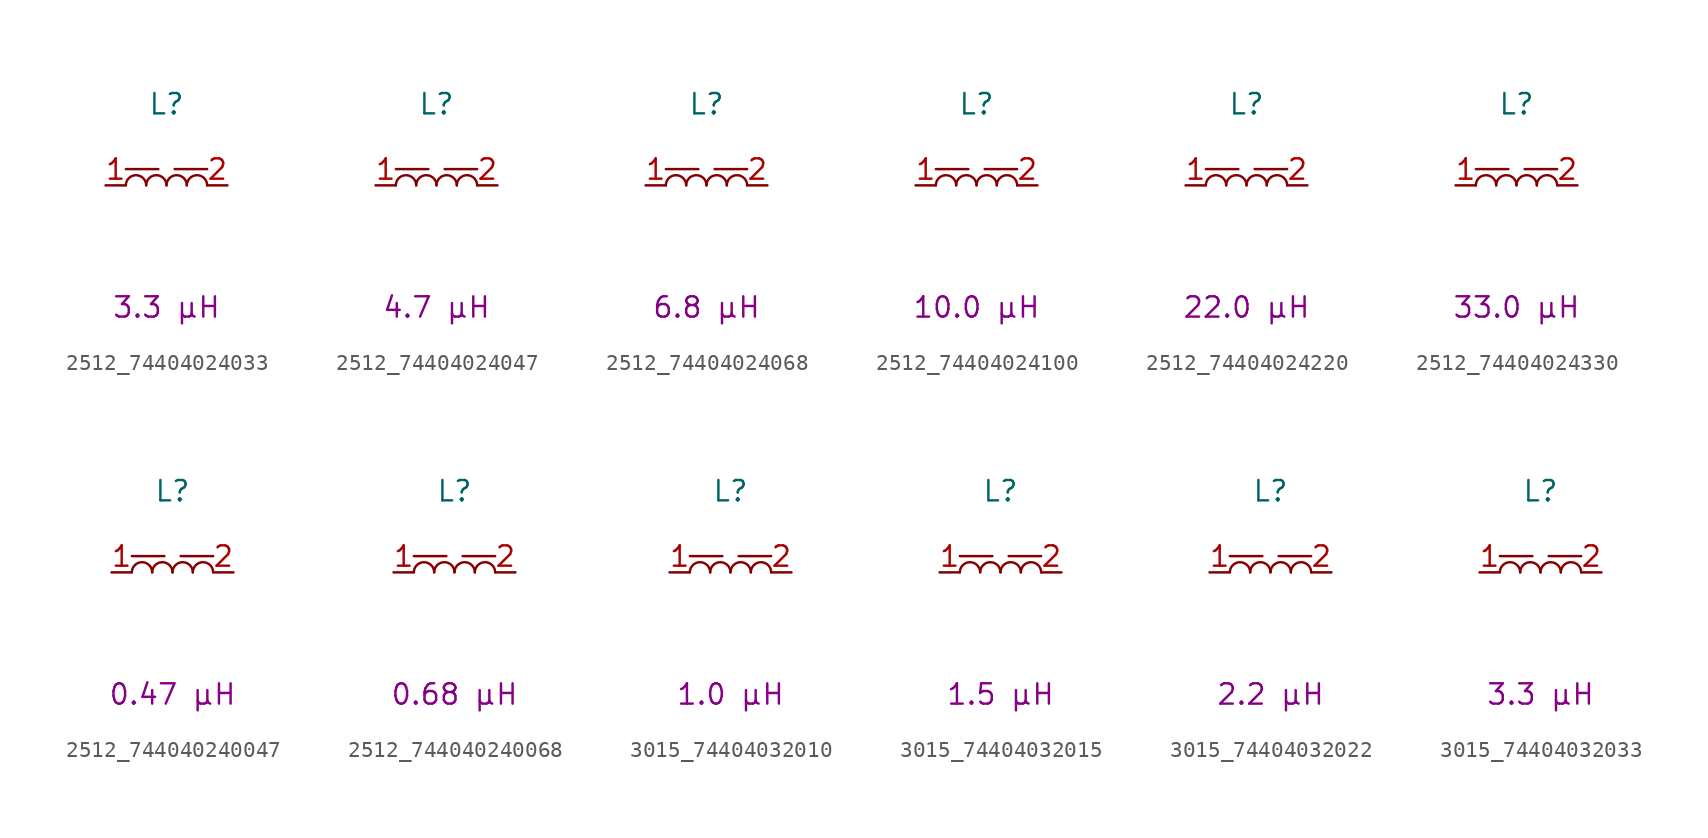
<source format=kicad_sym>
(kicad_symbol_lib
  (version 20220914)
  (generator kicad_symbol_editor)
  (symbol "2512_74404024033"
    (pin_names hide)
    (property "Reference" "L"
      (at 0 5.08 0)
      (effects (font (size 1.27 1.27))))
    (property "Critical Parameter" "3.3 µH"
      (at 0 -7.62 0)
      (effects (font (size 1.27 1.27))))
    (symbol "2512_74404024033_0_1"
      (arc (start -1.27 0) (mid -1.905 0.6323) (end -2.54 0) (stroke (width 0) (type default)) (fill (type none)))
      (arc (start 0 0) (mid -0.635 0.6323) (end -1.27 0) (stroke (width 0) (type default)) (fill (type none)))
      (polyline (pts (xy -2.54 1.016) (xy -0.508 1.016)) (stroke (width 0) (type default)) (fill (type none)))
      (arc (start 1.27 0) (mid 0.635 0.6323) (end 0 0) (stroke (width 0) (type default)) (fill (type none)))
      (arc (start 2.54 0) (mid 1.905 0.6323) (end 1.27 0) (stroke (width 0) (type default)) (fill (type none))))
    (symbol "2512_74404024033_1_1"
      (polyline (pts (xy 2.54 1.016) (xy 0.508 1.016)) (stroke (width 0) (type default)) (fill (type none)))
      (pin passive line (at -3.81 0 0) (length 1.27) (name "1" (effects (font (size 1.27 1.27)))) (number "1" (effects (font (size 1.27 1.27)))))
      (pin passive line (at 3.81 0 180) (length 1.27) (name "2" (effects (font (size 1.27 1.27)))) (number "2" (effects (font (size 1.27 1.27)))))))
  (symbol "2512_74404024047"
    (pin_names hide)
    (property "Reference" "L"
      (at 0 5.08 0)
      (effects (font (size 1.27 1.27))))
    (property "Critical Parameter" "4.7 µH"
      (at 0 -7.62 0)
      (effects (font (size 1.27 1.27))))
    (symbol "2512_74404024047_0_1"
      (arc (start -1.27 0) (mid -1.905 0.6323) (end -2.54 0) (stroke (width 0) (type default)) (fill (type none)))
      (arc (start 0 0) (mid -0.635 0.6323) (end -1.27 0) (stroke (width 0) (type default)) (fill (type none)))
      (polyline (pts (xy -2.54 1.016) (xy -0.508 1.016)) (stroke (width 0) (type default)) (fill (type none)))
      (arc (start 1.27 0) (mid 0.635 0.6323) (end 0 0) (stroke (width 0) (type default)) (fill (type none)))
      (arc (start 2.54 0) (mid 1.905 0.6323) (end 1.27 0) (stroke (width 0) (type default)) (fill (type none))))
    (symbol "2512_74404024047_1_1"
      (polyline (pts (xy 2.54 1.016) (xy 0.508 1.016)) (stroke (width 0) (type default)) (fill (type none)))
      (pin passive line (at -3.81 0 0) (length 1.27) (name "1" (effects (font (size 1.27 1.27)))) (number "1" (effects (font (size 1.27 1.27)))))
      (pin passive line (at 3.81 0 180) (length 1.27) (name "2" (effects (font (size 1.27 1.27)))) (number "2" (effects (font (size 1.27 1.27)))))))
  (symbol "2512_74404024068"
    (pin_names hide)
    (property "Reference" "L"
      (at 0 5.08 0)
      (effects (font (size 1.27 1.27))))
    (property "Critical Parameter" "6.8 µH"
      (at 0 -7.62 0)
      (effects (font (size 1.27 1.27))))
    (symbol "2512_74404024068_0_1"
      (arc (start -1.27 0) (mid -1.905 0.6323) (end -2.54 0) (stroke (width 0) (type default)) (fill (type none)))
      (arc (start 0 0) (mid -0.635 0.6323) (end -1.27 0) (stroke (width 0) (type default)) (fill (type none)))
      (polyline (pts (xy -2.54 1.016) (xy -0.508 1.016)) (stroke (width 0) (type default)) (fill (type none)))
      (arc (start 1.27 0) (mid 0.635 0.6323) (end 0 0) (stroke (width 0) (type default)) (fill (type none)))
      (arc (start 2.54 0) (mid 1.905 0.6323) (end 1.27 0) (stroke (width 0) (type default)) (fill (type none))))
    (symbol "2512_74404024068_1_1"
      (polyline (pts (xy 2.54 1.016) (xy 0.508 1.016)) (stroke (width 0) (type default)) (fill (type none)))
      (pin passive line (at -3.81 0 0) (length 1.27) (name "1" (effects (font (size 1.27 1.27)))) (number "1" (effects (font (size 1.27 1.27)))))
      (pin passive line (at 3.81 0 180) (length 1.27) (name "2" (effects (font (size 1.27 1.27)))) (number "2" (effects (font (size 1.27 1.27)))))))
  (symbol "2512_74404024100"
    (pin_names hide)
    (property "Reference" "L"
      (at 0 5.08 0)
      (effects (font (size 1.27 1.27))))
    (property "Critical Parameter" "10.0 µH"
      (at 0 -7.62 0)
      (effects (font (size 1.27 1.27))))
    (symbol "2512_74404024100_0_1"
      (arc (start -1.27 0) (mid -1.905 0.6323) (end -2.54 0) (stroke (width 0) (type default)) (fill (type none)))
      (arc (start 0 0) (mid -0.635 0.6323) (end -1.27 0) (stroke (width 0) (type default)) (fill (type none)))
      (polyline (pts (xy -2.54 1.016) (xy -0.508 1.016)) (stroke (width 0) (type default)) (fill (type none)))
      (arc (start 1.27 0) (mid 0.635 0.6323) (end 0 0) (stroke (width 0) (type default)) (fill (type none)))
      (arc (start 2.54 0) (mid 1.905 0.6323) (end 1.27 0) (stroke (width 0) (type default)) (fill (type none))))
    (symbol "2512_74404024100_1_1"
      (polyline (pts (xy 2.54 1.016) (xy 0.508 1.016)) (stroke (width 0) (type default)) (fill (type none)))
      (pin passive line (at -3.81 0 0) (length 1.27) (name "1" (effects (font (size 1.27 1.27)))) (number "1" (effects (font (size 1.27 1.27)))))
      (pin passive line (at 3.81 0 180) (length 1.27) (name "2" (effects (font (size 1.27 1.27)))) (number "2" (effects (font (size 1.27 1.27)))))))
  (symbol "2512_74404024220"
    (pin_names hide)
    (property "Reference" "L"
      (at 0 5.08 0)
      (effects (font (size 1.27 1.27))))
    (property "Critical Parameter" "22.0 µH"
      (at 0 -7.62 0)
      (effects (font (size 1.27 1.27))))
    (symbol "2512_74404024220_0_1"
      (arc (start -1.27 0) (mid -1.905 0.6323) (end -2.54 0) (stroke (width 0) (type default)) (fill (type none)))
      (arc (start 0 0) (mid -0.635 0.6323) (end -1.27 0) (stroke (width 0) (type default)) (fill (type none)))
      (polyline (pts (xy -2.54 1.016) (xy -0.508 1.016)) (stroke (width 0) (type default)) (fill (type none)))
      (arc (start 1.27 0) (mid 0.635 0.6323) (end 0 0) (stroke (width 0) (type default)) (fill (type none)))
      (arc (start 2.54 0) (mid 1.905 0.6323) (end 1.27 0) (stroke (width 0) (type default)) (fill (type none))))
    (symbol "2512_74404024220_1_1"
      (polyline (pts (xy 2.54 1.016) (xy 0.508 1.016)) (stroke (width 0) (type default)) (fill (type none)))
      (pin passive line (at -3.81 0 0) (length 1.27) (name "1" (effects (font (size 1.27 1.27)))) (number "1" (effects (font (size 1.27 1.27)))))
      (pin passive line (at 3.81 0 180) (length 1.27) (name "2" (effects (font (size 1.27 1.27)))) (number "2" (effects (font (size 1.27 1.27)))))))
  (symbol "2512_74404024330"
    (pin_names hide)
    (property "Reference" "L"
      (at 0 5.08 0)
      (effects (font (size 1.27 1.27))))
    (property "Critical Parameter" "33.0 µH"
      (at 0 -7.62 0)
      (effects (font (size 1.27 1.27))))
    (symbol "2512_74404024330_0_1"
      (arc (start -1.27 0) (mid -1.905 0.6323) (end -2.54 0) (stroke (width 0) (type default)) (fill (type none)))
      (arc (start 0 0) (mid -0.635 0.6323) (end -1.27 0) (stroke (width 0) (type default)) (fill (type none)))
      (polyline (pts (xy -2.54 1.016) (xy -0.508 1.016)) (stroke (width 0) (type default)) (fill (type none)))
      (arc (start 1.27 0) (mid 0.635 0.6323) (end 0 0) (stroke (width 0) (type default)) (fill (type none)))
      (arc (start 2.54 0) (mid 1.905 0.6323) (end 1.27 0) (stroke (width 0) (type default)) (fill (type none))))
    (symbol "2512_74404024330_1_1"
      (polyline (pts (xy 2.54 1.016) (xy 0.508 1.016)) (stroke (width 0) (type default)) (fill (type none)))
      (pin passive line (at -3.81 0 0) (length 1.27) (name "1" (effects (font (size 1.27 1.27)))) (number "1" (effects (font (size 1.27 1.27)))))
      (pin passive line (at 3.81 0 180) (length 1.27) (name "2" (effects (font (size 1.27 1.27)))) (number "2" (effects (font (size 1.27 1.27)))))))
  (symbol "2512_744040240047"
    (pin_names hide)
    (property "Reference" "L"
      (at 0 5.08 0)
      (effects (font (size 1.27 1.27))))
    (property "Critical Parameter" "0.47 µH"
      (at 0 -7.62 0)
      (effects (font (size 1.27 1.27))))
    (symbol "2512_744040240047_0_1"
      (arc (start -1.27 0) (mid -1.905 0.6323) (end -2.54 0) (stroke (width 0) (type default)) (fill (type none)))
      (arc (start 0 0) (mid -0.635 0.6323) (end -1.27 0) (stroke (width 0) (type default)) (fill (type none)))
      (polyline (pts (xy -2.54 1.016) (xy -0.508 1.016)) (stroke (width 0) (type default)) (fill (type none)))
      (arc (start 1.27 0) (mid 0.635 0.6323) (end 0 0) (stroke (width 0) (type default)) (fill (type none)))
      (arc (start 2.54 0) (mid 1.905 0.6323) (end 1.27 0) (stroke (width 0) (type default)) (fill (type none))))
    (symbol "2512_744040240047_1_1"
      (polyline (pts (xy 2.54 1.016) (xy 0.508 1.016)) (stroke (width 0) (type default)) (fill (type none)))
      (pin passive line (at -3.81 0 0) (length 1.27) (name "1" (effects (font (size 1.27 1.27)))) (number "1" (effects (font (size 1.27 1.27)))))
      (pin passive line (at 3.81 0 180) (length 1.27) (name "2" (effects (font (size 1.27 1.27)))) (number "2" (effects (font (size 1.27 1.27)))))))
  (symbol "2512_744040240068"
    (pin_names hide)
    (property "Reference" "L"
      (at 0 5.08 0)
      (effects (font (size 1.27 1.27))))
    (property "Critical Parameter" "0.68 µH"
      (at 0 -7.62 0)
      (effects (font (size 1.27 1.27))))
    (symbol "2512_744040240068_0_1"
      (arc (start -1.27 0) (mid -1.905 0.6323) (end -2.54 0) (stroke (width 0) (type default)) (fill (type none)))
      (arc (start 0 0) (mid -0.635 0.6323) (end -1.27 0) (stroke (width 0) (type default)) (fill (type none)))
      (polyline (pts (xy -2.54 1.016) (xy -0.508 1.016)) (stroke (width 0) (type default)) (fill (type none)))
      (arc (start 1.27 0) (mid 0.635 0.6323) (end 0 0) (stroke (width 0) (type default)) (fill (type none)))
      (arc (start 2.54 0) (mid 1.905 0.6323) (end 1.27 0) (stroke (width 0) (type default)) (fill (type none))))
    (symbol "2512_744040240068_1_1"
      (polyline (pts (xy 2.54 1.016) (xy 0.508 1.016)) (stroke (width 0) (type default)) (fill (type none)))
      (pin passive line (at -3.81 0 0) (length 1.27) (name "1" (effects (font (size 1.27 1.27)))) (number "1" (effects (font (size 1.27 1.27)))))
      (pin passive line (at 3.81 0 180) (length 1.27) (name "2" (effects (font (size 1.27 1.27)))) (number "2" (effects (font (size 1.27 1.27)))))))
  (symbol "3015_74404032010"
    (pin_names hide)
    (property "Reference" "L"
      (at 0 5.08 0)
      (effects (font (size 1.27 1.27))))
    (property "Critical Parameter" "1.0 µH"
      (at 0 -7.62 0)
      (effects (font (size 1.27 1.27))))
    (symbol "3015_74404032010_0_1"
      (arc (start -1.27 0) (mid -1.905 0.6323) (end -2.54 0) (stroke (width 0) (type default)) (fill (type none)))
      (arc (start 0 0) (mid -0.635 0.6323) (end -1.27 0) (stroke (width 0) (type default)) (fill (type none)))
      (polyline (pts (xy -2.54 1.016) (xy -0.508 1.016)) (stroke (width 0) (type default)) (fill (type none)))
      (arc (start 1.27 0) (mid 0.635 0.6323) (end 0 0) (stroke (width 0) (type default)) (fill (type none)))
      (arc (start 2.54 0) (mid 1.905 0.6323) (end 1.27 0) (stroke (width 0) (type default)) (fill (type none))))
    (symbol "3015_74404032010_1_1"
      (polyline (pts (xy 2.54 1.016) (xy 0.508 1.016)) (stroke (width 0) (type default)) (fill (type none)))
      (pin passive line (at -3.81 0 0) (length 1.27) (name "1" (effects (font (size 1.27 1.27)))) (number "1" (effects (font (size 1.27 1.27)))))
      (pin passive line (at 3.81 0 180) (length 1.27) (name "2" (effects (font (size 1.27 1.27)))) (number "2" (effects (font (size 1.27 1.27)))))))
  (symbol "3015_74404032015"
    (pin_names hide)
    (property "Reference" "L"
      (at 0 5.08 0)
      (effects (font (size 1.27 1.27))))
    (property "Critical Parameter" "1.5 µH"
      (at 0 -7.62 0)
      (effects (font (size 1.27 1.27))))
    (symbol "3015_74404032015_0_1"
      (arc (start -1.27 0) (mid -1.905 0.6323) (end -2.54 0) (stroke (width 0) (type default)) (fill (type none)))
      (arc (start 0 0) (mid -0.635 0.6323) (end -1.27 0) (stroke (width 0) (type default)) (fill (type none)))
      (polyline (pts (xy -2.54 1.016) (xy -0.508 1.016)) (stroke (width 0) (type default)) (fill (type none)))
      (arc (start 1.27 0) (mid 0.635 0.6323) (end 0 0) (stroke (width 0) (type default)) (fill (type none)))
      (arc (start 2.54 0) (mid 1.905 0.6323) (end 1.27 0) (stroke (width 0) (type default)) (fill (type none))))
    (symbol "3015_74404032015_1_1"
      (polyline (pts (xy 2.54 1.016) (xy 0.508 1.016)) (stroke (width 0) (type default)) (fill (type none)))
      (pin passive line (at -3.81 0 0) (length 1.27) (name "1" (effects (font (size 1.27 1.27)))) (number "1" (effects (font (size 1.27 1.27)))))
      (pin passive line (at 3.81 0 180) (length 1.27) (name "2" (effects (font (size 1.27 1.27)))) (number "2" (effects (font (size 1.27 1.27)))))))
  (symbol "3015_74404032022"
    (pin_names hide)
    (property "Reference" "L"
      (at 0 5.08 0)
      (effects (font (size 1.27 1.27))))
    (property "Critical Parameter" "2.2 µH"
      (at 0 -7.62 0)
      (effects (font (size 1.27 1.27))))
    (symbol "3015_74404032022_0_1"
      (arc (start -1.27 0) (mid -1.905 0.6323) (end -2.54 0) (stroke (width 0) (type default)) (fill (type none)))
      (arc (start 0 0) (mid -0.635 0.6323) (end -1.27 0) (stroke (width 0) (type default)) (fill (type none)))
      (polyline (pts (xy -2.54 1.016) (xy -0.508 1.016)) (stroke (width 0) (type default)) (fill (type none)))
      (arc (start 1.27 0) (mid 0.635 0.6323) (end 0 0) (stroke (width 0) (type default)) (fill (type none)))
      (arc (start 2.54 0) (mid 1.905 0.6323) (end 1.27 0) (stroke (width 0) (type default)) (fill (type none))))
    (symbol "3015_74404032022_1_1"
      (polyline (pts (xy 2.54 1.016) (xy 0.508 1.016)) (stroke (width 0) (type default)) (fill (type none)))
      (pin passive line (at -3.81 0 0) (length 1.27) (name "1" (effects (font (size 1.27 1.27)))) (number "1" (effects (font (size 1.27 1.27)))))
      (pin passive line (at 3.81 0 180) (length 1.27) (name "2" (effects (font (size 1.27 1.27)))) (number "2" (effects (font (size 1.27 1.27)))))))
  (symbol "3015_74404032033"
    (pin_names hide)
    (property "Reference" "L"
      (at 0 5.08 0)
      (effects (font (size 1.27 1.27))))
    (property "Critical Parameter" "3.3 µH"
      (at 0 -7.62 0)
      (effects (font (size 1.27 1.27))))
    (symbol "3015_74404032033_0_1"
      (arc (start -1.27 0) (mid -1.905 0.6323) (end -2.54 0) (stroke (width 0) (type default)) (fill (type none)))
      (arc (start 0 0) (mid -0.635 0.6323) (end -1.27 0) (stroke (width 0) (type default)) (fill (type none)))
      (polyline (pts (xy -2.54 1.016) (xy -0.508 1.016)) (stroke (width 0) (type default)) (fill (type none)))
      (arc (start 1.27 0) (mid 0.635 0.6323) (end 0 0) (stroke (width 0) (type default)) (fill (type none)))
      (arc (start 2.54 0) (mid 1.905 0.6323) (end 1.27 0) (stroke (width 0) (type default)) (fill (type none))))
    (symbol "3015_74404032033_1_1"
      (polyline (pts (xy 2.54 1.016) (xy 0.508 1.016)) (stroke (width 0) (type default)) (fill (type none)))
      (pin passive line (at -3.81 0 0) (length 1.27) (name "1" (effects (font (size 1.27 1.27)))) (number "1" (effects (font (size 1.27 1.27)))))
      (pin passive line (at 3.81 0 180) (length 1.27) (name "2" (effects (font (size 1.27 1.27)))) (number "2" (effects (font (size 1.27 1.27))))))))
</source>
